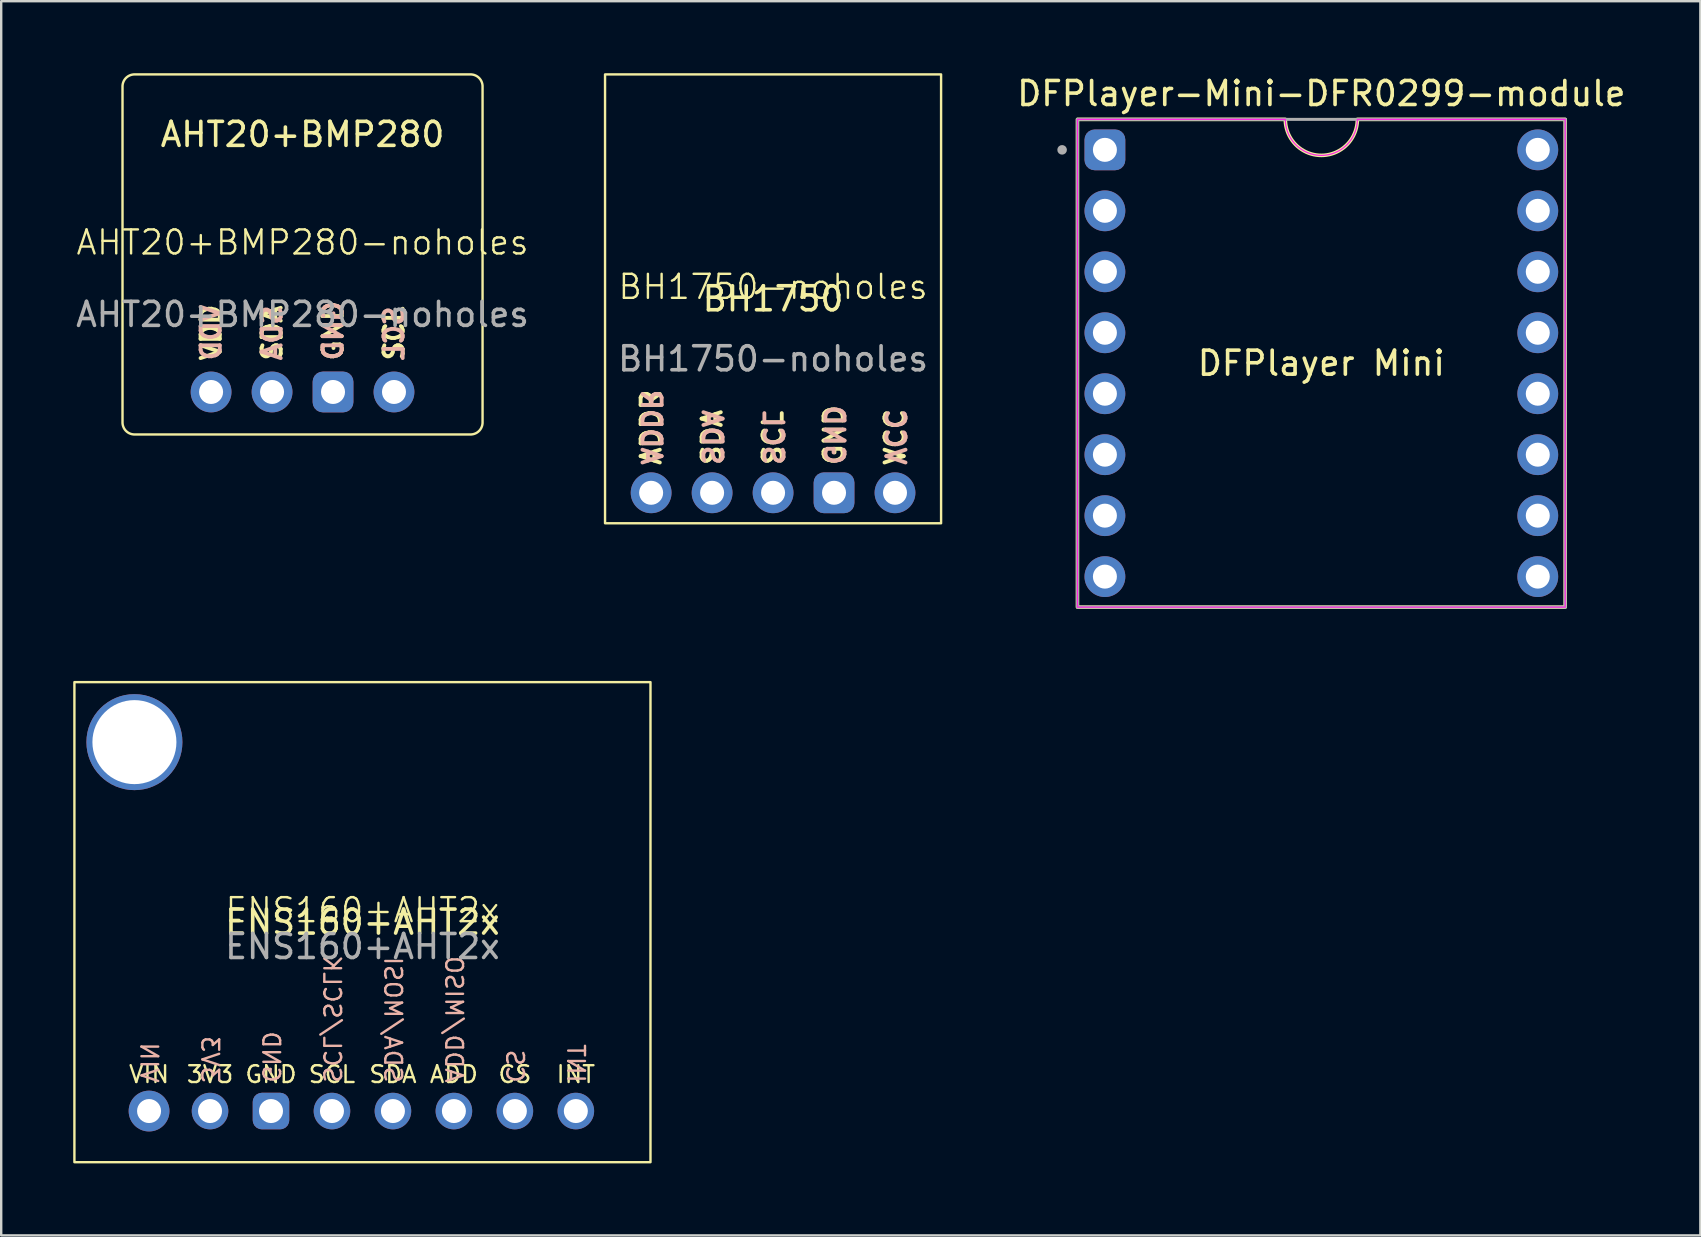
<source format=kicad_pcb>
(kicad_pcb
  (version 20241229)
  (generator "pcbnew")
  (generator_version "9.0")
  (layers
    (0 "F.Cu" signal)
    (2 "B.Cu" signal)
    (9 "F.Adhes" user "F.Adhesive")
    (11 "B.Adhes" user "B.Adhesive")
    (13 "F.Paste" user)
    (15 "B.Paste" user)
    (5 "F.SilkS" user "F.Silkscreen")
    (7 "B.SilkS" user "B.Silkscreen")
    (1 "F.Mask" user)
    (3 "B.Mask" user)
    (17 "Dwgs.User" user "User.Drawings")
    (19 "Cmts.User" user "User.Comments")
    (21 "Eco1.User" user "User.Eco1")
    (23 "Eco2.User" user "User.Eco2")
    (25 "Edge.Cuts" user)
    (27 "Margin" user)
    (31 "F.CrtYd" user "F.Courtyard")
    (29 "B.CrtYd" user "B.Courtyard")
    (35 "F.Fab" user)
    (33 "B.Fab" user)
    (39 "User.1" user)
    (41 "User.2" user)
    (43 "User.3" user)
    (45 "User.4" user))
  (footprint "BH1750-noholes"
    (layer "F.Cu")
    (at 29.157 9.4)
    (property "Reference" "BH1750-noholes" (at 0 -0.5 0) (unlocked yes) (layer "F.SilkS") (effects (font (size 1 1) (thickness 0.1))))
    (attr through_hole)
    (fp_rect (start -7 -9.35) (end 7 9.35) (stroke (width 0.1) (type default)) (fill no) (layer "F.SilkS"))
    (fp_text user "SCL" (at 0 7 90) (unlocked yes) (layer "F.SilkS") (effects (font (size 0.8 0.8) (thickness 0.16)) (justify left)))
    (fp_text user "ADDR" (at -5.08 7 90) (unlocked yes) (layer "F.SilkS") (effects (font (size 0.8 0.8) (thickness 0.16)) (justify left)))
    (fp_text user "VCC" (at 5.08 7 90) (unlocked yes) (layer "F.SilkS") (effects (font (size 0.8 0.8) (thickness 0.16)) (justify left)))
    (fp_text user "SDA" (at -2.54 7 90) (unlocked yes) (layer "F.SilkS") (effects (font (size 0.8 0.8) (thickness 0.16)) (justify left)))
    (fp_text user "BH1750" (at 0 0 0) (unlocked yes) (layer "F.SilkS") (effects (font (size 1 1) (thickness 0.15))))
    (fp_text user "GND" (at 2.54 7 90) (unlocked yes) (layer "F.SilkS") (effects (font (size 0.8 0.8) (thickness 0.16)) (justify left)))
    (fp_text user "SCL" (at 0 7 270) (unlocked yes) (layer "B.SilkS") (effects (font (size 0.8 0.8) (thickness 0.16)) (justify left mirror)))
    (fp_text user "SDA" (at -2.54 7 270) (unlocked yes) (layer "B.SilkS") (effects (font (size 0.8 0.8) (thickness 0.16)) (justify left mirror)))
    (fp_text user "GND" (at 2.54 7 270) (unlocked yes) (layer "B.SilkS") (effects (font (size 0.8 0.8) (thickness 0.16)) (justify left mirror)))
    (fp_text user "VCC" (at 5.08 7 270) (unlocked yes) (layer "B.SilkS") (effects (font (size 0.8 0.8) (thickness 0.16)) (justify left mirror)))
    (fp_text user "ADDR" (at -5.08 7 270) (unlocked yes) (layer "B.SilkS") (effects (font (size 0.8 0.8) (thickness 0.16)) (justify left mirror)))
    (fp_text user "${REFERENCE}" (at 0 2.5 0) (unlocked yes) (layer "F.Fab") (effects (font (size 1 1) (thickness 0.15))))
    (pad "1" thru_hole circle (at 5.08 8.08) (size 1.7 1.7) (drill 1) (layers "*.Cu" "*.Mask"))
    (pad "2" thru_hole roundrect (at 2.54 8.08) (size 1.7 1.7) (drill 1) (layers "*.Cu" "*.Mask") (roundrect_rratio 0.25))
    (pad "3" thru_hole circle (at 0 8.08) (size 1.7 1.7) (drill 1) (layers "*.Cu" "*.Mask"))
    (pad "4" thru_hole circle (at -2.54 8.08) (size 1.7 1.7) (drill 1) (layers "*.Cu" "*.Mask"))
    (pad "5" thru_hole circle (at -5.08 8.08) (size 1.7 1.7) (drill 1) (layers "*.Cu" "*.Mask")))
  (footprint "ENS160+AHT2x"
    (layer "F.Cu")
    (at 12.05 35.368)
    (property "Reference" "ENS160+AHT2x" (at 0 -0.5 0) (unlocked yes) (layer "F.SilkS") (effects (font (size 1 1) (thickness 0.1))))
    (attr through_hole)
    (fp_rect (start -12 -10) (end 12 10) (stroke (width 0.1) (type default)) (fill no) (layer "F.SilkS"))
    (fp_text user "ENS160+AHT2x" (at 0 0 0) (unlocked yes) (layer "F.SilkS") (effects (font (size 1 1) (thickness 0.15))))
    (fp_text user "GND" (at -3.81 6.75 0) (unlocked yes) (layer "F.SilkS") (effects (font (size 0.7 0.7) (thickness 0.1)) (justify bottom)))
    (fp_text user "ADD" (at 3.81 6.75 0) (unlocked yes) (layer "F.SilkS") (effects (font (size 0.7 0.7) (thickness 0.1)) (justify bottom)))
    (fp_text user "CS" (at 6.35 6.75 0) (unlocked yes) (layer "F.SilkS") (effects (font (size 0.7 0.7) (thickness 0.1)) (justify bottom)))
    (fp_text user "3V3" (at -6.35 6.75 0) (unlocked yes) (layer "F.SilkS") (effects (font (size 0.7 0.7) (thickness 0.1)) (justify bottom)))
    (fp_text user "INT" (at 8.89 6.75 0) (unlocked yes) (layer "F.SilkS") (effects (font (size 0.7 0.7) (thickness 0.1)) (justify bottom)))
    (fp_text user "SCL" (at -1.27 6.75 0) (unlocked yes) (layer "F.SilkS") (effects (font (size 0.7 0.7) (thickness 0.1)) (justify bottom)))
    (fp_text user "SDA" (at 1.27 6.75 0) (unlocked yes) (layer "F.SilkS") (effects (font (size 0.7 0.7) (thickness 0.1)) (justify bottom)))
    (fp_text user "VIN" (at -8.89 6.75 0) (unlocked yes) (layer "F.SilkS") (effects (font (size 0.7 0.7) (thickness 0.1)) (justify bottom)))
    (fp_text user "SCL/SCLK" (at -1.27 6.75 270) (unlocked yes) (layer "B.SilkS") (effects (font (size 0.7 0.7) (thickness 0.1)) (justify left mirror)))
    (fp_text user "INT" (at 8.89 6.75 270) (unlocked yes) (layer "B.SilkS") (effects (font (size 0.7 0.7) (thickness 0.1)) (justify left mirror)))
    (fp_text user "ADD/MISO" (at 3.81 6.75 270) (unlocked yes) (layer "B.SilkS") (effects (font (size 0.7 0.7) (thickness 0.1)) (justify left mirror)))
    (fp_text user "VIN" (at -8.89 6.75 270) (unlocked yes) (layer "B.SilkS") (effects (font (size 0.7 0.7) (thickness 0.1)) (justify left mirror)))
    (fp_text user "3V3" (at -6.35 6.75 270) (unlocked yes) (layer "B.SilkS") (effects (font (size 0.7 0.7) (thickness 0.1)) (justify left mirror)))
    (fp_text user "SDA/MOSI" (at 1.27 6.75 270) (unlocked yes) (layer "B.SilkS") (effects (font (size 0.7 0.7) (thickness 0.1)) (justify left mirror)))
    (fp_text user "CS" (at 6.35 6.75 270) (unlocked yes) (layer "B.SilkS") (effects (font (size 0.7 0.7) (thickness 0.1)) (justify left mirror)))
    (fp_text user "GND" (at -3.81 6.75 270) (unlocked yes) (layer "B.SilkS") (effects (font (size 0.7 0.7) (thickness 0.1)) (justify left mirror)))
    (fp_text user "${REFERENCE}" (at 0 1.016 0) (unlocked yes) (layer "F.Fab") (effects (font (size 1 1) (thickness 0.15))))
    (pad "" np_thru_hole circle (at -9.5 -7.5) (size 4 4) (drill 3.5) (layers "*.Cu" "*.Mask"))
    (pad "1" thru_hole circle (at -8.89 7.87) (size 1.7 1.7) (drill 1) (layers "*.Cu" "*.Mask"))
    (pad "2" thru_hole circle (at -6.35 7.87) (size 1.524 1.524) (drill 1) (layers "*.Cu" "*.Mask"))
    (pad "3" thru_hole roundrect (at -3.81 7.87) (size 1.524 1.524) (drill 1) (layers "*.Cu" "*.Mask") (roundrect_rratio 0.25))
    (pad "4" thru_hole circle (at -1.27 7.87) (size 1.524 1.524) (drill 1) (layers "*.Cu" "*.Mask"))
    (pad "5" thru_hole circle (at 1.27 7.87) (size 1.524 1.524) (drill 1) (layers "*.Cu" "*.Mask"))
    (pad "6" thru_hole circle (at 3.81 7.87) (size 1.524 1.524) (drill 1) (layers "*.Cu" "*.Mask"))
    (pad "7" thru_hole circle (at 6.35 7.87) (size 1.524 1.524) (drill 1) (layers "*.Cu" "*.Mask"))
    (pad "8" thru_hole circle (at 8.89 7.87) (size 1.524 1.524) (drill 1) (layers "*.Cu" "*.Mask")))
  (footprint "AHT20+BMP280-noholes"
    (layer "F.Cu")
    (at 9.554 7.55)
    (property "Reference" "AHT20+BMP280-noholes" (at 0 -0.5 0) (unlocked yes) (layer "F.SilkS") (effects (font (size 1 1) (thickness 0.1))))
    (attr through_hole)
    (fp_poly (pts (arc (start 7.5 -7) (mid 7.353553 -7.353553) (end 7 -7.5)) (arc (start -7 -7.5) (mid -7.353553 -7.353553) (end -7.5 -7)) (arc (start -7.5 7) (mid -7.353553 7.353553) (end -7 7.5)) (arc (start 7 7.5) (mid 7.353553 7.353553) (end 7.5 7))) (stroke (width 0.1) (type solid)) (fill no) (layer "F.SilkS"))
    (fp_text user "GND" (at 1.27 4.5 90) (unlocked yes) (layer "F.SilkS") (effects (font (size 0.8 0.8) (thickness 0.16)) (justify left)))
    (fp_text user "AHT20+BMP280" (at 0 -5 0) (unlocked yes) (layer "F.SilkS") (effects (font (size 1 1) (thickness 0.15))))
    (fp_text user "VDD" (at -3.81 4.5 90) (unlocked yes) (layer "F.SilkS") (effects (font (size 0.8 0.8) (thickness 0.16)) (justify left)))
    (fp_text user "SCL" (at 3.81 4.5 90) (unlocked yes) (layer "F.SilkS") (effects (font (size 0.8 0.8) (thickness 0.16)) (justify left)))
    (fp_text user "SDA" (at -1.27 4.5 90) (unlocked yes) (layer "F.SilkS") (effects (font (size 0.8 0.8) (thickness 0.16)) (justify left)))
    (fp_text user "GND" (at 1.27 4.5 90) (unlocked yes) (layer "B.SilkS") (effects (font (size 0.8 0.8) (thickness 0.16)) (justify right mirror)))
    (fp_text user "VDD" (at -3.81 4.5 90) (unlocked yes) (layer "B.SilkS") (effects (font (size 0.8 0.8) (thickness 0.16)) (justify right mirror)))
    (fp_text user "SDA" (at -1.27 4.5 90) (unlocked yes) (layer "B.SilkS") (effects (font (size 0.8 0.8) (thickness 0.16)) (justify right mirror)))
    (fp_text user "SCL" (at 3.81 4.5 90) (unlocked yes) (layer "B.SilkS") (effects (font (size 0.8 0.8) (thickness 0.16)) (justify right mirror)))
    (fp_text user "${REFERENCE}" (at 0 2.5 0) (unlocked yes) (layer "F.Fab") (effects (font (size 1 1) (thickness 0.15))))
    (pad "1" thru_hole circle (at -3.81 5.73) (size 1.7 1.7) (drill 1) (layers "*.Cu" "*.Mask"))
    (pad "2" thru_hole circle (at -1.27 5.73) (size 1.7 1.7) (drill 1) (layers "*.Cu" "*.Mask"))
    (pad "3" thru_hole roundrect (at 1.27 5.73) (size 1.7 1.7) (drill 1) (layers "*.Cu" "*.Mask") (roundrect_rratio 0.25))
    (pad "4" thru_hole circle (at 3.81 5.73) (size 1.7 1.7) (drill 1) (layers "*.Cu" "*.Mask")))
  (footprint "DFPlayer-Mini-DFR0299-module"
    (layer "F.Cu")
    (at 51.999 12.083)
    (property "Reference" "DFPlayer-Mini-DFR0299-module" (at 0 -11.235 0) (layer "F.SilkS") (effects (font (size 1 1) (thickness 0.15))))
    (attr through_hole)
    (fp_poly (pts (arc (start 1.5 -10.16) (mid 0 -8.66) (end -1.5 -10.16)) (xy -10.16 -10.16) (xy -10.16 10.16) (xy 10.16 10.16) (xy 10.16 -10.16)) (stroke (width 0.15) (type solid)) (fill no) (layer "F.SilkS"))
    (fp_poly (pts (arc (start 1.5 -10.16) (mid 0 -8.66) (end -1.5 -10.16)) (xy -10.16 -10.16) (xy -10.16 10.16) (xy 10.16 10.16) (xy 10.16 -10.16)) (stroke (width 0.05) (type solid)) (fill no) (layer "F.CrtYd"))
    (fp_line (start -10.16 -10.16) (end 10.16 -10.16) (stroke (width 0.127) (type solid)) (layer "F.Fab"))
    (fp_line (start -10.16 10.16) (end -10.16 -10.16) (stroke (width 0.127) (type solid)) (layer "F.Fab"))
    (fp_line (start 10.16 -10.16) (end 10.16 10.16) (stroke (width 0.127) (type solid)) (layer "F.Fab"))
    (fp_line (start 10.16 10.16) (end -10.16 10.16) (stroke (width 0.127) (type solid)) (layer "F.Fab"))
    (fp_circle (center -10.8 -8.89) (end -10.7 -8.89) (stroke (width 0.2) (type solid)) (fill no) (layer "F.Fab"))
    (fp_text user "DFPlayer Mini" (at 0 0 0) (unlocked yes) (layer "F.SilkS") (effects (font (size 1 1) (thickness 0.15))))
    (pad "1" thru_hole roundrect (at -9.017 -8.89) (size 1.7 1.7) (drill 1) (layers "*.Cu" "*.Mask") (roundrect_rratio 0.25))
    (pad "2" thru_hole circle (at -9.017 -6.35) (size 1.7 1.7) (drill 1) (layers "*.Cu" "*.Mask"))
    (pad "3" thru_hole circle (at -9.017 -3.81) (size 1.7 1.7) (drill 1) (layers "*.Cu" "*.Mask"))
    (pad "4" thru_hole circle (at -9.017 -1.27) (size 1.7 1.7) (drill 1) (layers "*.Cu" "*.Mask"))
    (pad "5" thru_hole circle (at -9.017 1.27) (size 1.7 1.7) (drill 1) (layers "*.Cu" "*.Mask"))
    (pad "6" thru_hole circle (at -9.017 3.81) (size 1.7 1.7) (drill 1) (layers "*.Cu" "*.Mask"))
    (pad "7" thru_hole circle (at -9.017 6.35) (size 1.7 1.7) (drill 1) (layers "*.Cu" "*.Mask"))
    (pad "8" thru_hole circle (at -9.017 8.89) (size 1.7 1.7) (drill 1) (layers "*.Cu" "*.Mask"))
    (pad "9" thru_hole circle (at 9.017 8.89) (size 1.7 1.7) (drill 1) (layers "*.Cu" "*.Mask"))
    (pad "10" thru_hole circle (at 9.017 6.35) (size 1.7 1.7) (drill 1) (layers "*.Cu" "*.Mask"))
    (pad "11" thru_hole circle (at 9.017 3.81) (size 1.7 1.7) (drill 1) (layers "*.Cu" "*.Mask"))
    (pad "12" thru_hole circle (at 9.017 1.27) (size 1.7 1.7) (drill 1) (layers "*.Cu" "*.Mask"))
    (pad "13" thru_hole circle (at 9.017 -1.27) (size 1.7 1.7) (drill 1) (layers "*.Cu" "*.Mask"))
    (pad "14" thru_hole circle (at 9.017 -3.81) (size 1.7 1.7) (drill 1) (layers "*.Cu" "*.Mask"))
    (pad "15" thru_hole circle (at 9.017 -6.35) (size 1.7 1.7) (drill 1) (layers "*.Cu" "*.Mask"))
    (pad "16" thru_hole circle (at 9.017 -8.89) (size 1.7 1.7) (drill 1) (layers "*.Cu" "*.Mask")))
  (gr_rect
    (start -3 -3)
    (end 67.79 48.418)
    (stroke (width 0.1) (type default))
    (fill no)
    (layer "Edge.Cuts")))
</source>
